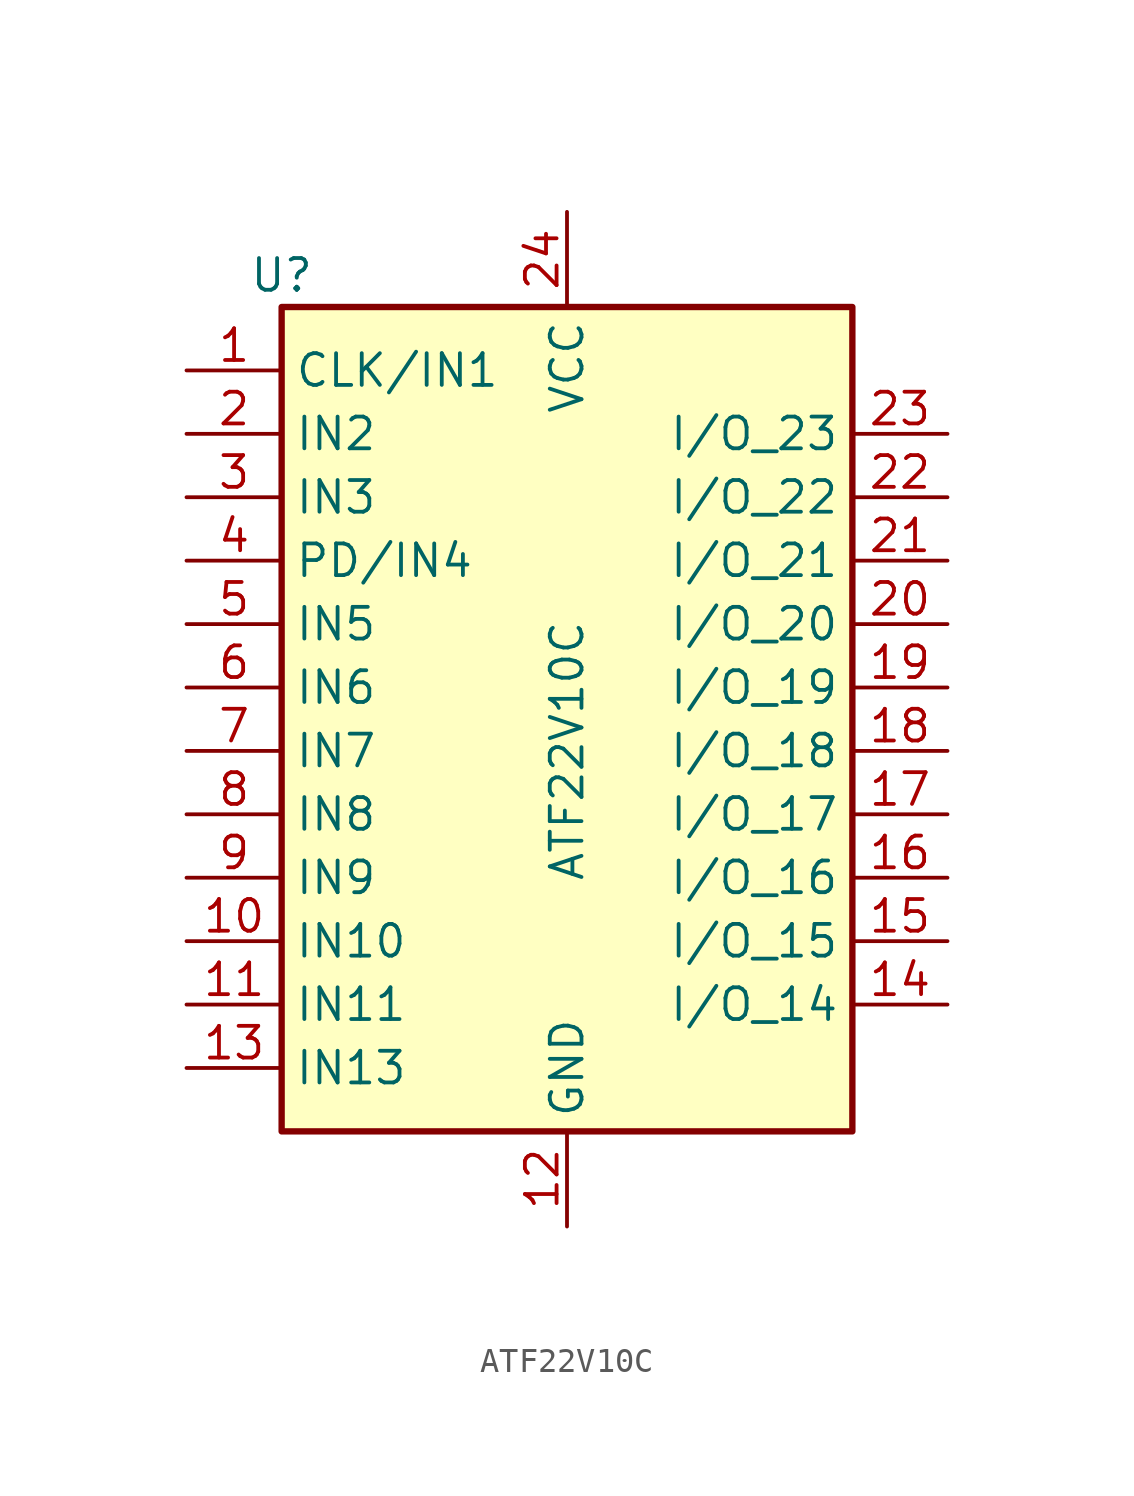
<source format=kicad_sym>
(kicad_symbol_lib
  (version 20211014)
  (generator kicad_symbol_editor)
  (symbol "ATF22V10C"
    (property "Reference" "U"
      (at -11.43 19.05 0)
      (effects (font (size 1.27 1.27))))
    (property "Value" "ATF22V10C"
      (at 0 0 90)
      (effects (font (size 1.27 1.27))))
    (symbol "ATF22V10C_0_1"
      (rectangle (start -11.43 17.78) (end 11.43 -15.24) (stroke (width 0.254) (type default) (color 0 0 0 0)) (fill (type background))))
    (symbol "ATF22V10C_1_1"
      (pin input line (at -15.24 15.24 0) (length 3.81) (name "CLK/IN1" (effects (font (size 1.27 1.27)))) (number "1" (effects (font (size 1.27 1.27)))))
      (pin input line (at -15.24 -7.62 0) (length 3.81) (name "IN10" (effects (font (size 1.27 1.27)))) (number "10" (effects (font (size 1.27 1.27)))))
      (pin input line (at -15.24 -10.16 0) (length 3.81) (name "IN11" (effects (font (size 1.27 1.27)))) (number "11" (effects (font (size 1.27 1.27)))))
      (pin power_in line (at 0 -19.05 90) (length 3.81) (name "GND" (effects (font (size 1.27 1.27)))) (number "12" (effects (font (size 1.27 1.27)))))
      (pin input line (at -15.24 -12.7 0) (length 3.81) (name "IN13" (effects (font (size 1.27 1.27)))) (number "13" (effects (font (size 1.27 1.27)))))
      (pin bidirectional line (at 15.24 -10.16 180) (length 3.81) (name "I/O_14" (effects (font (size 1.27 1.27)))) (number "14" (effects (font (size 1.27 1.27)))))
      (pin bidirectional line (at 15.24 -7.62 180) (length 3.81) (name "I/O_15" (effects (font (size 1.27 1.27)))) (number "15" (effects (font (size 1.27 1.27)))))
      (pin bidirectional line (at 15.24 -5.08 180) (length 3.81) (name "I/O_16" (effects (font (size 1.27 1.27)))) (number "16" (effects (font (size 1.27 1.27)))))
      (pin bidirectional line (at 15.24 -2.54 180) (length 3.81) (name "I/O_17" (effects (font (size 1.27 1.27)))) (number "17" (effects (font (size 1.27 1.27)))))
      (pin bidirectional line (at 15.24 0 180) (length 3.81) (name "I/O_18" (effects (font (size 1.27 1.27)))) (number "18" (effects (font (size 1.27 1.27)))))
      (pin bidirectional line (at 15.24 2.54 180) (length 3.81) (name "I/O_19" (effects (font (size 1.27 1.27)))) (number "19" (effects (font (size 1.27 1.27)))))
      (pin input line (at -15.24 12.7 0) (length 3.81) (name "IN2" (effects (font (size 1.27 1.27)))) (number "2" (effects (font (size 1.27 1.27)))))
      (pin bidirectional line (at 15.24 5.08 180) (length 3.81) (name "I/O_20" (effects (font (size 1.27 1.27)))) (number "20" (effects (font (size 1.27 1.27)))))
      (pin bidirectional line (at 15.24 7.62 180) (length 3.81) (name "I/O_21" (effects (font (size 1.27 1.27)))) (number "21" (effects (font (size 1.27 1.27)))))
      (pin bidirectional line (at 15.24 10.16 180) (length 3.81) (name "I/O_22" (effects (font (size 1.27 1.27)))) (number "22" (effects (font (size 1.27 1.27)))))
      (pin bidirectional line (at 15.24 12.7 180) (length 3.81) (name "I/O_23" (effects (font (size 1.27 1.27)))) (number "23" (effects (font (size 1.27 1.27)))))
      (pin power_in line (at 0 21.59 270) (length 3.81) (name "VCC" (effects (font (size 1.27 1.27)))) (number "24" (effects (font (size 1.27 1.27)))))
      (pin input line (at -15.24 10.16 0) (length 3.81) (name "IN3" (effects (font (size 1.27 1.27)))) (number "3" (effects (font (size 1.27 1.27)))))
      (pin input line (at -15.24 7.62 0) (length 3.81) (name "PD/IN4" (effects (font (size 1.27 1.27)))) (number "4" (effects (font (size 1.27 1.27)))))
      (pin input line (at -15.24 5.08 0) (length 3.81) (name "IN5" (effects (font (size 1.27 1.27)))) (number "5" (effects (font (size 1.27 1.27)))))
      (pin input line (at -15.24 2.54 0) (length 3.81) (name "IN6" (effects (font (size 1.27 1.27)))) (number "6" (effects (font (size 1.27 1.27)))))
      (pin input line (at -15.24 0 0) (length 3.81) (name "IN7" (effects (font (size 1.27 1.27)))) (number "7" (effects (font (size 1.27 1.27)))))
      (pin input line (at -15.24 -2.54 0) (length 3.81) (name "IN8" (effects (font (size 1.27 1.27)))) (number "8" (effects (font (size 1.27 1.27)))))
      (pin input line (at -15.24 -5.08 0) (length 3.81) (name "IN9" (effects (font (size 1.27 1.27)))) (number "9" (effects (font (size 1.27 1.27))))))))
</source>
